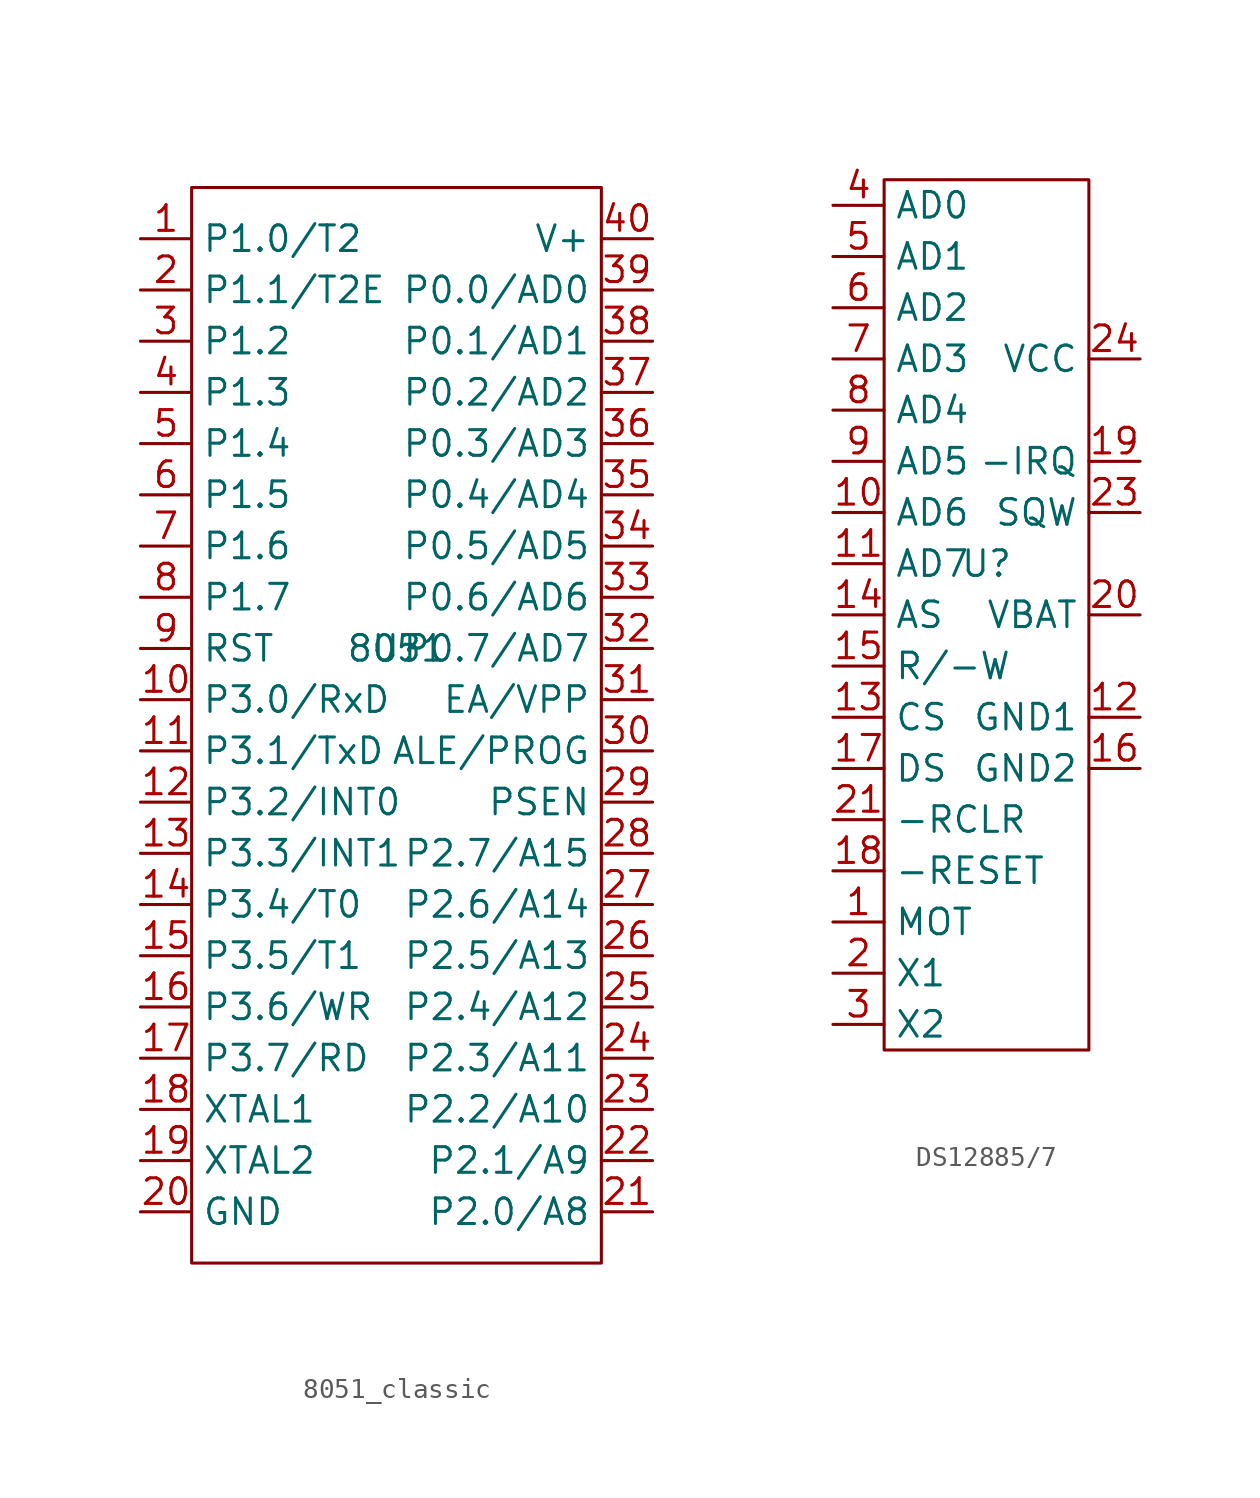
<source format=kicad_sym>
(kicad_symbol_lib
  (version 20241209)
  (generator "kicad_symbol_editor")
  (generator_version "9.0")
  (symbol "8051_classic"
    (property "Reference" "U"
      (at 0 0 0)
      (effects (font (size 1.27 1.27))))
    (property "Value" "8051"
      (at 0 0 0)
      (effects (font (size 1.27 1.27))))
    (symbol "8051_classic_0_1"
      (polyline (pts (xy -10.16 22.86) (xy 10.16 22.86) (xy 10.16 -30.48) (xy -10.16 -30.48) (xy -10.16 22.86)) (stroke (width 0) (type default)) (fill (type none))))
    (symbol "8051_classic_1_1"
      (pin bidirectional line (at -12.7 20.32 0) (length 2.54) (name "P1.0/T2" (effects (font (size 1.27 1.27)))) (number "1" (effects (font (size 1.27 1.27)))))
      (pin bidirectional line (at -12.7 17.78 0) (length 2.54) (name "P1.1/T2E" (effects (font (size 1.27 1.27)))) (number "2" (effects (font (size 1.27 1.27)))))
      (pin bidirectional line (at -12.7 15.24 0) (length 2.54) (name "P1.2" (effects (font (size 1.27 1.27)))) (number "3" (effects (font (size 1.27 1.27)))))
      (pin bidirectional line (at -12.7 12.7 0) (length 2.54) (name "P1.3" (effects (font (size 1.27 1.27)))) (number "4" (effects (font (size 1.27 1.27)))))
      (pin bidirectional line (at -12.7 10.16 0) (length 2.54) (name "P1.4" (effects (font (size 1.27 1.27)))) (number "5" (effects (font (size 1.27 1.27)))))
      (pin bidirectional line (at -12.7 7.62 0) (length 2.54) (name "P1.5" (effects (font (size 1.27 1.27)))) (number "6" (effects (font (size 1.27 1.27)))))
      (pin bidirectional line (at -12.7 5.08 0) (length 2.54) (name "P1.6" (effects (font (size 1.27 1.27)))) (number "7" (effects (font (size 1.27 1.27)))))
      (pin bidirectional line (at -12.7 2.54 0) (length 2.54) (name "P1.7" (effects (font (size 1.27 1.27)))) (number "8" (effects (font (size 1.27 1.27)))))
      (pin input line (at -12.7 0 0) (length 2.54) (name "RST" (effects (font (size 1.27 1.27)))) (number "9" (effects (font (size 1.27 1.27)))))
      (pin bidirectional line (at -12.7 -2.54 0) (length 2.54) (name "P3.0/RxD" (effects (font (size 1.27 1.27)))) (number "10" (effects (font (size 1.27 1.27)))))
      (pin bidirectional line (at -12.7 -5.08 0) (length 2.54) (name "P3.1/TxD" (effects (font (size 1.27 1.27)))) (number "11" (effects (font (size 1.27 1.27)))))
      (pin bidirectional line (at -12.7 -7.62 0) (length 2.54) (name "P3.2/INT0" (effects (font (size 1.27 1.27)))) (number "12" (effects (font (size 1.27 1.27)))))
      (pin bidirectional line (at -12.7 -10.16 0) (length 2.54) (name "P3.3/INT1" (effects (font (size 1.27 1.27)))) (number "13" (effects (font (size 1.27 1.27)))))
      (pin bidirectional line (at -12.7 -12.7 0) (length 2.54) (name "P3.4/T0" (effects (font (size 1.27 1.27)))) (number "14" (effects (font (size 1.27 1.27)))))
      (pin bidirectional line (at -12.7 -15.24 0) (length 2.54) (name "P3.5/T1" (effects (font (size 1.27 1.27)))) (number "15" (effects (font (size 1.27 1.27)))))
      (pin bidirectional line (at -12.7 -17.78 0) (length 2.54) (name "P3.6/WR" (effects (font (size 1.27 1.27)))) (number "16" (effects (font (size 1.27 1.27)))))
      (pin bidirectional line (at -12.7 -20.32 0) (length 2.54) (name "P3.7/RD" (effects (font (size 1.27 1.27)))) (number "17" (effects (font (size 1.27 1.27)))))
      (pin passive line (at -12.7 -22.86 0) (length 2.54) (name "XTAL1" (effects (font (size 1.27 1.27)))) (number "18" (effects (font (size 1.27 1.27)))))
      (pin passive line (at -12.7 -25.4 0) (length 2.54) (name "XTAL2" (effects (font (size 1.27 1.27)))) (number "19" (effects (font (size 1.27 1.27)))))
      (pin power_in line (at -12.7 -27.94 0) (length 2.54) (name "GND" (effects (font (size 1.27 1.27)))) (number "20" (effects (font (size 1.27 1.27)))))
      (pin power_in line (at 12.7 20.32 180) (length 2.54) (name "V+" (effects (font (size 1.27 1.27)))) (number "40" (effects (font (size 1.27 1.27)))))
      (pin bidirectional line (at 12.7 17.78 180) (length 2.54) (name "P0.0/AD0" (effects (font (size 1.27 1.27)))) (number "39" (effects (font (size 1.27 1.27)))))
      (pin bidirectional line (at 12.7 15.24 180) (length 2.54) (name "P0.1/AD1" (effects (font (size 1.27 1.27)))) (number "38" (effects (font (size 1.27 1.27)))))
      (pin bidirectional line (at 12.7 12.7 180) (length 2.54) (name "P0.2/AD2" (effects (font (size 1.27 1.27)))) (number "37" (effects (font (size 1.27 1.27)))))
      (pin bidirectional line (at 12.7 10.16 180) (length 2.54) (name "P0.3/AD3" (effects (font (size 1.27 1.27)))) (number "36" (effects (font (size 1.27 1.27)))))
      (pin bidirectional line (at 12.7 7.62 180) (length 2.54) (name "P0.4/AD4" (effects (font (size 1.27 1.27)))) (number "35" (effects (font (size 1.27 1.27)))))
      (pin bidirectional line (at 12.7 5.08 180) (length 2.54) (name "P0.5/AD5" (effects (font (size 1.27 1.27)))) (number "34" (effects (font (size 1.27 1.27)))))
      (pin bidirectional line (at 12.7 2.54 180) (length 2.54) (name "P0.6/AD6" (effects (font (size 1.27 1.27)))) (number "33" (effects (font (size 1.27 1.27)))))
      (pin bidirectional line (at 12.7 0 180) (length 2.54) (name "P0.7/AD7" (effects (font (size 1.27 1.27)))) (number "32" (effects (font (size 1.27 1.27)))))
      (pin input line (at 12.7 -2.54 180) (length 2.54) (name "EA/VPP" (effects (font (size 1.27 1.27)))) (number "31" (effects (font (size 1.27 1.27)))))
      (pin bidirectional line (at 12.7 -5.08 180) (length 2.54) (name "ALE/PROG" (effects (font (size 1.27 1.27)))) (number "30" (effects (font (size 1.27 1.27)))))
      (pin input line (at 12.7 -7.62 180) (length 2.54) (name "PSEN" (effects (font (size 1.27 1.27)))) (number "29" (effects (font (size 1.27 1.27)))))
      (pin bidirectional line (at 12.7 -10.16 180) (length 2.54) (name "P2.7/A15" (effects (font (size 1.27 1.27)))) (number "28" (effects (font (size 1.27 1.27)))))
      (pin bidirectional line (at 12.7 -12.7 180) (length 2.54) (name "P2.6/A14" (effects (font (size 1.27 1.27)))) (number "27" (effects (font (size 1.27 1.27)))))
      (pin bidirectional line (at 12.7 -15.24 180) (length 2.54) (name "P2.5/A13" (effects (font (size 1.27 1.27)))) (number "26" (effects (font (size 1.27 1.27)))))
      (pin bidirectional line (at 12.7 -17.78 180) (length 2.54) (name "P2.4/A12" (effects (font (size 1.27 1.27)))) (number "25" (effects (font (size 1.27 1.27)))))
      (pin bidirectional line (at 12.7 -20.32 180) (length 2.54) (name "P2.3/A11" (effects (font (size 1.27 1.27)))) (number "24" (effects (font (size 1.27 1.27)))))
      (pin bidirectional line (at 12.7 -22.86 180) (length 2.54) (name "P2.2/A10" (effects (font (size 1.27 1.27)))) (number "23" (effects (font (size 1.27 1.27)))))
      (pin bidirectional line (at 12.7 -25.4 180) (length 2.54) (name "P2.1/A9" (effects (font (size 1.27 1.27)))) (number "22" (effects (font (size 1.27 1.27)))))
      (pin bidirectional line (at 12.7 -27.94 180) (length 2.54) (name "P2.0/A8" (effects (font (size 1.27 1.27)))) (number "21" (effects (font (size 1.27 1.27)))))))
  (symbol "DS12885/7"
    (property "Reference" "U"
      (at 0 0 0)
      (effects (font (size 1.27 1.27))))
    (property "Value" ""
      (at 0 0 0)
      (effects (font (size 1.27 1.27))))
    (symbol "DS12885/7_0_1"
      (polyline (pts (xy -5.08 19.05) (xy 5.08 19.05) (xy 5.08 -24.13) (xy -5.08 -24.13) (xy -5.08 19.05)) (stroke (width 0) (type default)) (fill (type none))))
    (symbol "DS12885/7_1_1"
      (pin bidirectional line (at -7.62 17.78 0) (length 2.54) (name "AD0" (effects (font (size 1.27 1.27)))) (number "4" (effects (font (size 1.27 1.27)))))
      (pin bidirectional line (at -7.62 15.24 0) (length 2.54) (name "AD1" (effects (font (size 1.27 1.27)))) (number "5" (effects (font (size 1.27 1.27)))))
      (pin bidirectional line (at -7.62 12.7 0) (length 2.54) (name "AD2" (effects (font (size 1.27 1.27)))) (number "6" (effects (font (size 1.27 1.27)))))
      (pin bidirectional line (at -7.62 10.16 0) (length 2.54) (name "AD3" (effects (font (size 1.27 1.27)))) (number "7" (effects (font (size 1.27 1.27)))))
      (pin bidirectional line (at -7.62 7.62 0) (length 2.54) (name "AD4" (effects (font (size 1.27 1.27)))) (number "8" (effects (font (size 1.27 1.27)))))
      (pin bidirectional line (at -7.62 5.08 0) (length 2.54) (name "AD5" (effects (font (size 1.27 1.27)))) (number "9" (effects (font (size 1.27 1.27)))))
      (pin bidirectional line (at -7.62 2.54 0) (length 2.54) (name "AD6" (effects (font (size 1.27 1.27)))) (number "10" (effects (font (size 1.27 1.27)))))
      (pin bidirectional line (at -7.62 0 0) (length 2.54) (name "AD7" (effects (font (size 1.27 1.27)))) (number "11" (effects (font (size 1.27 1.27)))))
      (pin input line (at -7.62 -2.54 0) (length 2.54) (name "AS" (effects (font (size 1.27 1.27)))) (number "14" (effects (font (size 1.27 1.27)))))
      (pin input line (at -7.62 -5.08 0) (length 2.54) (name "R/-W" (effects (font (size 1.27 1.27)))) (number "15" (effects (font (size 1.27 1.27)))))
      (pin input line (at -7.62 -7.62 0) (length 2.54) (name "CS" (effects (font (size 1.27 1.27)))) (number "13" (effects (font (size 1.27 1.27)))))
      (pin input line (at -7.62 -10.16 0) (length 2.54) (name "DS" (effects (font (size 1.27 1.27)))) (number "17" (effects (font (size 1.27 1.27)))))
      (pin input line (at -7.62 -12.7 0) (length 2.54) (name "-RCLR" (effects (font (size 1.27 1.27)))) (number "21" (effects (font (size 1.27 1.27)))))
      (pin input line (at -7.62 -15.24 0) (length 2.54) (name "-RESET" (effects (font (size 1.27 1.27)))) (number "18" (effects (font (size 1.27 1.27)))))
      (pin input line (at -7.62 -17.78 0) (length 2.54) (name "MOT" (effects (font (size 1.27 1.27)))) (number "1" (effects (font (size 1.27 1.27)))))
      (pin passive line (at -7.62 -20.32 0) (length 2.54) (name "X1" (effects (font (size 1.27 1.27)))) (number "2" (effects (font (size 1.27 1.27)))))
      (pin passive line (at -7.62 -22.86 0) (length 2.54) (name "X2" (effects (font (size 1.27 1.27)))) (number "3" (effects (font (size 1.27 1.27)))))
      (pin power_in line (at 7.62 10.16 180) (length 2.54) (name "VCC" (effects (font (size 1.27 1.27)))) (number "24" (effects (font (size 1.27 1.27)))))
      (pin output line (at 7.62 5.08 180) (length 2.54) (name "-IRQ" (effects (font (size 1.27 1.27)))) (number "19" (effects (font (size 1.27 1.27)))))
      (pin output line (at 7.62 2.54 180) (length 2.54) (name "SQW" (effects (font (size 1.27 1.27)))) (number "23" (effects (font (size 1.27 1.27)))))
      (pin power_in line (at 7.62 -2.54 180) (length 2.54) (name "VBAT" (effects (font (size 1.27 1.27)))) (number "20" (effects (font (size 1.27 1.27)))))
      (pin power_in line (at 7.62 -7.62 180) (length 2.54) (name "GND1" (effects (font (size 1.27 1.27)))) (number "12" (effects (font (size 1.27 1.27)))))
      (pin power_in line (at 7.62 -10.16 180) (length 2.54) (name "GND2" (effects (font (size 1.27 1.27)))) (number "16" (effects (font (size 1.27 1.27))))))))
</source>
